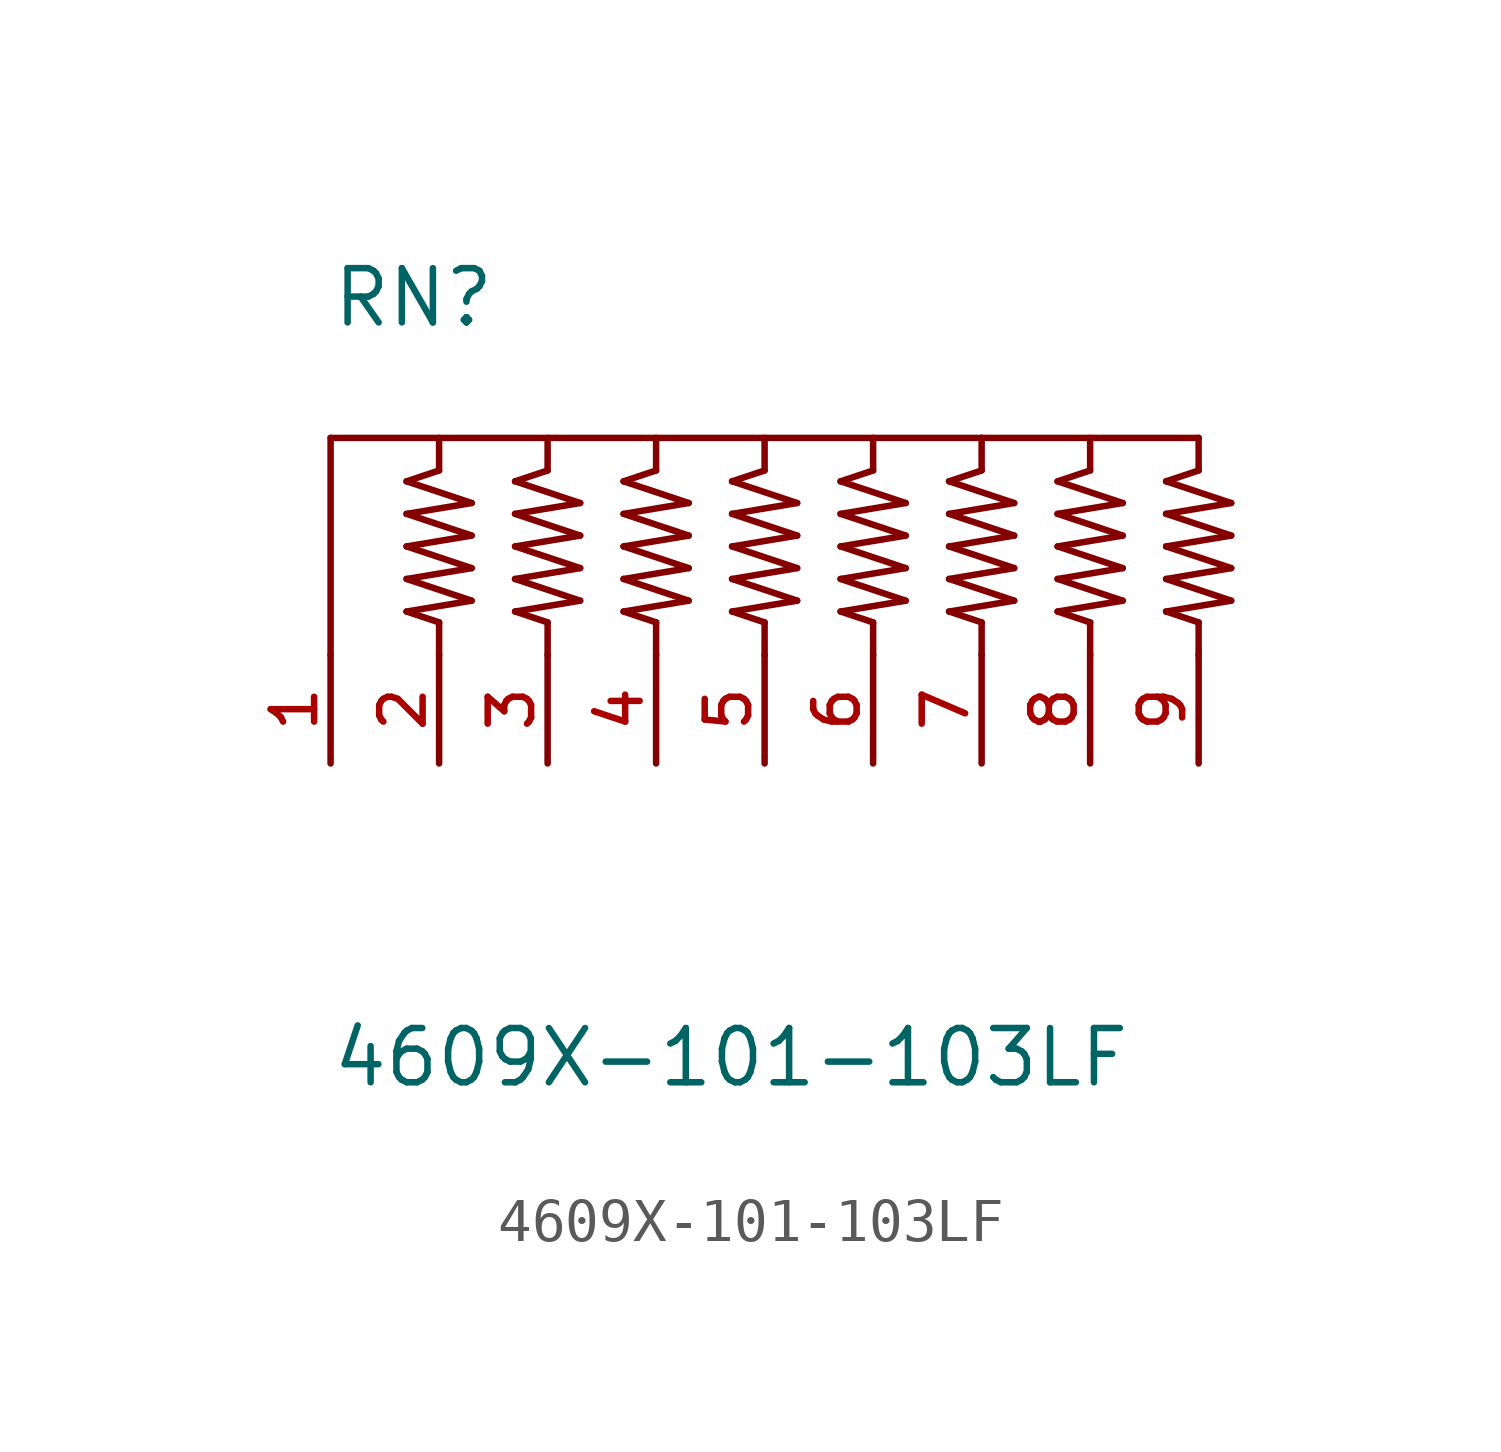
<source format=kicad_sym>
(kicad_symbol_lib
  (version 20211014)
  (generator kicad_symbol_editor)
  (symbol "4609X-101-103LF"
    (pin_names
      (offset 1.016))
    (property "Reference" "RN"
      (at -10.164 7.621 0)
      (effects (font (size 1.27 1.27)) (justify bottom left)))
    (property "Value" "4609X-101-103LF"
      (at -10.17 -10.167 0)
      (effects (font (size 1.27 1.27)) (justify bottom left)))
    (symbol "4609X-101-103LF_0_0"
      (polyline (pts (xy -10.16 0.0) (xy -10.16 5.08)) (stroke (width 0.152)))
      (polyline (pts (xy -10.16 5.08) (xy 5.08 5.08)) (stroke (width 0.152)))
      (polyline (pts (xy -2.54 5.08) (xy -2.54 4.318)) (stroke (width 0.152)))
      (polyline (pts (xy -1.778 3.556) (xy -3.302 3.302)) (stroke (width 0.152)))
      (polyline (pts (xy -3.302 3.302) (xy -1.778 2.794)) (stroke (width 0.152)))
      (polyline (pts (xy -1.778 2.794) (xy -3.302 2.54)) (stroke (width 0.152)))
      (polyline (pts (xy -3.302 2.54) (xy -1.778 2.032)) (stroke (width 0.152)))
      (polyline (pts (xy -1.778 2.032) (xy -3.302 1.778)) (stroke (width 0.152)))
      (polyline (pts (xy -3.302 1.778) (xy -1.778 1.27)) (stroke (width 0.152)))
      (polyline (pts (xy -1.778 1.27) (xy -3.302 1.016)) (stroke (width 0.152)))
      (polyline (pts (xy -3.302 1.016) (xy -2.54 0.762)) (stroke (width 0.152)))
      (polyline (pts (xy -2.54 0.762) (xy -2.54 0.0)) (stroke (width 0.152)))
      (polyline (pts (xy -1.778 3.556) (xy -3.302 4.064)) (stroke (width 0.152)))
      (polyline (pts (xy -3.302 4.064) (xy -2.54 4.318)) (stroke (width 0.152)))
      (polyline (pts (xy 0.0 5.08) (xy 0.0 4.318)) (stroke (width 0.152)))
      (polyline (pts (xy 0.762 3.556) (xy -0.762 3.302)) (stroke (width 0.152)))
      (polyline (pts (xy -0.762 3.302) (xy 0.762 2.794)) (stroke (width 0.152)))
      (polyline (pts (xy 0.762 2.794) (xy -0.762 2.54)) (stroke (width 0.152)))
      (polyline (pts (xy -0.762 2.54) (xy 0.762 2.032)) (stroke (width 0.152)))
      (polyline (pts (xy 0.762 2.032) (xy -0.762 1.778)) (stroke (width 0.152)))
      (polyline (pts (xy -0.762 1.778) (xy 0.762 1.27)) (stroke (width 0.152)))
      (polyline (pts (xy 0.762 1.27) (xy -0.762 1.016)) (stroke (width 0.152)))
      (polyline (pts (xy -0.762 1.016) (xy 0.0 0.762)) (stroke (width 0.152)))
      (polyline (pts (xy 0.0 0.762) (xy 0.0 0.0)) (stroke (width 0.152)))
      (polyline (pts (xy 0.762 3.556) (xy -0.762 4.064)) (stroke (width 0.152)))
      (polyline (pts (xy -0.762 4.064) (xy 0.0 4.318)) (stroke (width 0.152)))
      (polyline (pts (xy 2.54 5.08) (xy 2.54 4.318)) (stroke (width 0.152)))
      (polyline (pts (xy 3.302 3.556) (xy 1.778 3.302)) (stroke (width 0.152)))
      (polyline (pts (xy 1.778 3.302) (xy 3.302 2.794)) (stroke (width 0.152)))
      (polyline (pts (xy 3.302 2.794) (xy 1.778 2.54)) (stroke (width 0.152)))
      (polyline (pts (xy 1.778 2.54) (xy 3.302 2.032)) (stroke (width 0.152)))
      (polyline (pts (xy 3.302 2.032) (xy 1.778 1.778)) (stroke (width 0.152)))
      (polyline (pts (xy 1.778 1.778) (xy 3.302 1.27)) (stroke (width 0.152)))
      (polyline (pts (xy 3.302 1.27) (xy 1.778 1.016)) (stroke (width 0.152)))
      (polyline (pts (xy 1.778 1.016) (xy 2.54 0.762)) (stroke (width 0.152)))
      (polyline (pts (xy 2.54 0.762) (xy 2.54 0.0)) (stroke (width 0.152)))
      (polyline (pts (xy 3.302 3.556) (xy 1.778 4.064)) (stroke (width 0.152)))
      (polyline (pts (xy 1.778 4.064) (xy 2.54 4.318)) (stroke (width 0.152)))
      (polyline (pts (xy 5.08 5.08) (xy 5.08 4.318)) (stroke (width 0.152)))
      (polyline (pts (xy 5.842 3.556) (xy 4.318 3.302)) (stroke (width 0.152)))
      (polyline (pts (xy 4.318 3.302) (xy 5.842 2.794)) (stroke (width 0.152)))
      (polyline (pts (xy 5.842 2.794) (xy 4.318 2.54)) (stroke (width 0.152)))
      (polyline (pts (xy 4.318 2.54) (xy 5.842 2.032)) (stroke (width 0.152)))
      (polyline (pts (xy 5.842 2.032) (xy 4.318 1.778)) (stroke (width 0.152)))
      (polyline (pts (xy 4.318 1.778) (xy 5.842 1.27)) (stroke (width 0.152)))
      (polyline (pts (xy 5.842 1.27) (xy 4.318 1.016)) (stroke (width 0.152)))
      (polyline (pts (xy 4.318 1.016) (xy 5.08 0.762)) (stroke (width 0.152)))
      (polyline (pts (xy 5.08 0.762) (xy 5.08 0.0)) (stroke (width 0.152)))
      (polyline (pts (xy 5.842 3.556) (xy 4.318 4.064)) (stroke (width 0.152)))
      (polyline (pts (xy 4.318 4.064) (xy 5.08 4.318)) (stroke (width 0.152)))
      (polyline (pts (xy -5.08 5.08) (xy -5.08 4.318)) (stroke (width 0.152)))
      (polyline (pts (xy -4.318 3.556) (xy -5.842 3.302)) (stroke (width 0.152)))
      (polyline (pts (xy -5.842 3.302) (xy -4.318 2.794)) (stroke (width 0.152)))
      (polyline (pts (xy -4.318 2.794) (xy -5.842 2.54)) (stroke (width 0.152)))
      (polyline (pts (xy -5.842 2.54) (xy -4.318 2.032)) (stroke (width 0.152)))
      (polyline (pts (xy -4.318 2.032) (xy -5.842 1.778)) (stroke (width 0.152)))
      (polyline (pts (xy -5.842 1.778) (xy -4.318 1.27)) (stroke (width 0.152)))
      (polyline (pts (xy -4.318 1.27) (xy -5.842 1.016)) (stroke (width 0.152)))
      (polyline (pts (xy -5.842 1.016) (xy -5.08 0.762)) (stroke (width 0.152)))
      (polyline (pts (xy -5.08 0.762) (xy -5.08 0.0)) (stroke (width 0.152)))
      (polyline (pts (xy -4.318 3.556) (xy -5.842 4.064)) (stroke (width 0.152)))
      (polyline (pts (xy -5.842 4.064) (xy -5.08 4.318)) (stroke (width 0.152)))
      (polyline (pts (xy -7.62 5.08) (xy -7.62 4.318)) (stroke (width 0.152)))
      (polyline (pts (xy -6.858 3.556) (xy -8.382 3.302)) (stroke (width 0.152)))
      (polyline (pts (xy -8.382 3.302) (xy -6.858 2.794)) (stroke (width 0.152)))
      (polyline (pts (xy -6.858 2.794) (xy -8.382 2.54)) (stroke (width 0.152)))
      (polyline (pts (xy -8.382 2.54) (xy -6.858 2.032)) (stroke (width 0.152)))
      (polyline (pts (xy -6.858 2.032) (xy -8.382 1.778)) (stroke (width 0.152)))
      (polyline (pts (xy -8.382 1.778) (xy -6.858 1.27)) (stroke (width 0.152)))
      (polyline (pts (xy -6.858 1.27) (xy -8.382 1.016)) (stroke (width 0.152)))
      (polyline (pts (xy -8.382 1.016) (xy -7.62 0.762)) (stroke (width 0.152)))
      (polyline (pts (xy -7.62 0.762) (xy -7.62 0.0)) (stroke (width 0.152)))
      (polyline (pts (xy -6.858 3.556) (xy -8.382 4.064)) (stroke (width 0.152)))
      (polyline (pts (xy -8.382 4.064) (xy -7.62 4.318)) (stroke (width 0.152)))
      (polyline (pts (xy 7.62 5.08) (xy 7.62 4.318)) (stroke (width 0.152)))
      (polyline (pts (xy 8.382 3.556) (xy 6.858 3.302)) (stroke (width 0.152)))
      (polyline (pts (xy 6.858 3.302) (xy 8.382 2.794)) (stroke (width 0.152)))
      (polyline (pts (xy 8.382 2.794) (xy 6.858 2.54)) (stroke (width 0.152)))
      (polyline (pts (xy 6.858 2.54) (xy 8.382 2.032)) (stroke (width 0.152)))
      (polyline (pts (xy 8.382 2.032) (xy 6.858 1.778)) (stroke (width 0.152)))
      (polyline (pts (xy 6.858 1.778) (xy 8.382 1.27)) (stroke (width 0.152)))
      (polyline (pts (xy 8.382 1.27) (xy 6.858 1.016)) (stroke (width 0.152)))
      (polyline (pts (xy 6.858 1.016) (xy 7.62 0.762)) (stroke (width 0.152)))
      (polyline (pts (xy 7.62 0.762) (xy 7.62 0.0)) (stroke (width 0.152)))
      (polyline (pts (xy 8.382 3.556) (xy 6.858 4.064)) (stroke (width 0.152)))
      (polyline (pts (xy 6.858 4.064) (xy 7.62 4.318)) (stroke (width 0.152)))
      (polyline (pts (xy 10.16 5.08) (xy 10.16 4.318)) (stroke (width 0.152)))
      (polyline (pts (xy 10.922 3.556) (xy 9.398 3.302)) (stroke (width 0.152)))
      (polyline (pts (xy 9.398 3.302) (xy 10.922 2.794)) (stroke (width 0.152)))
      (polyline (pts (xy 10.922 2.794) (xy 9.398 2.54)) (stroke (width 0.152)))
      (polyline (pts (xy 9.398 2.54) (xy 10.922 2.032)) (stroke (width 0.152)))
      (polyline (pts (xy 10.922 2.032) (xy 9.398 1.778)) (stroke (width 0.152)))
      (polyline (pts (xy 9.398 1.778) (xy 10.922 1.27)) (stroke (width 0.152)))
      (polyline (pts (xy 10.922 1.27) (xy 9.398 1.016)) (stroke (width 0.152)))
      (polyline (pts (xy 9.398 1.016) (xy 10.16 0.762)) (stroke (width 0.152)))
      (polyline (pts (xy 10.16 0.762) (xy 10.16 0.0)) (stroke (width 0.152)))
      (polyline (pts (xy 10.922 3.556) (xy 9.398 4.064)) (stroke (width 0.152)))
      (polyline (pts (xy 9.398 4.064) (xy 10.16 4.318)) (stroke (width 0.152)))
      (polyline (pts (xy 5.08 5.08) (xy 10.16 5.08)) (stroke (width 0.152)))
      (pin passive line (at -10.16 -2.54 90.0) (length 2.54) (name "~" (effects (font (size 1.016 1.016)))) (number "1" (effects (font (size 1.016 1.016)))))
      (pin passive line (at -7.62 -2.54 90.0) (length 2.54) (name "~" (effects (font (size 1.016 1.016)))) (number "2" (effects (font (size 1.016 1.016)))))
      (pin passive line (at -5.08 -2.54 90.0) (length 2.54) (name "~" (effects (font (size 1.016 1.016)))) (number "3" (effects (font (size 1.016 1.016)))))
      (pin passive line (at -2.54 -2.54 90.0) (length 2.54) (name "~" (effects (font (size 1.016 1.016)))) (number "4" (effects (font (size 1.016 1.016)))))
      (pin passive line (at 0.0 -2.54 90.0) (length 2.54) (name "~" (effects (font (size 1.016 1.016)))) (number "5" (effects (font (size 1.016 1.016)))))
      (pin passive line (at 2.54 -2.54 90.0) (length 2.54) (name "~" (effects (font (size 1.016 1.016)))) (number "6" (effects (font (size 1.016 1.016)))))
      (pin passive line (at 5.08 -2.54 90.0) (length 2.54) (name "~" (effects (font (size 1.016 1.016)))) (number "7" (effects (font (size 1.016 1.016)))))
      (pin passive line (at 7.62 -2.54 90.0) (length 2.54) (name "~" (effects (font (size 1.016 1.016)))) (number "8" (effects (font (size 1.016 1.016)))))
      (pin passive line (at 10.16 -2.54 90.0) (length 2.54) (name "~" (effects (font (size 1.016 1.016)))) (number "9" (effects (font (size 1.016 1.016))))))))
</source>
